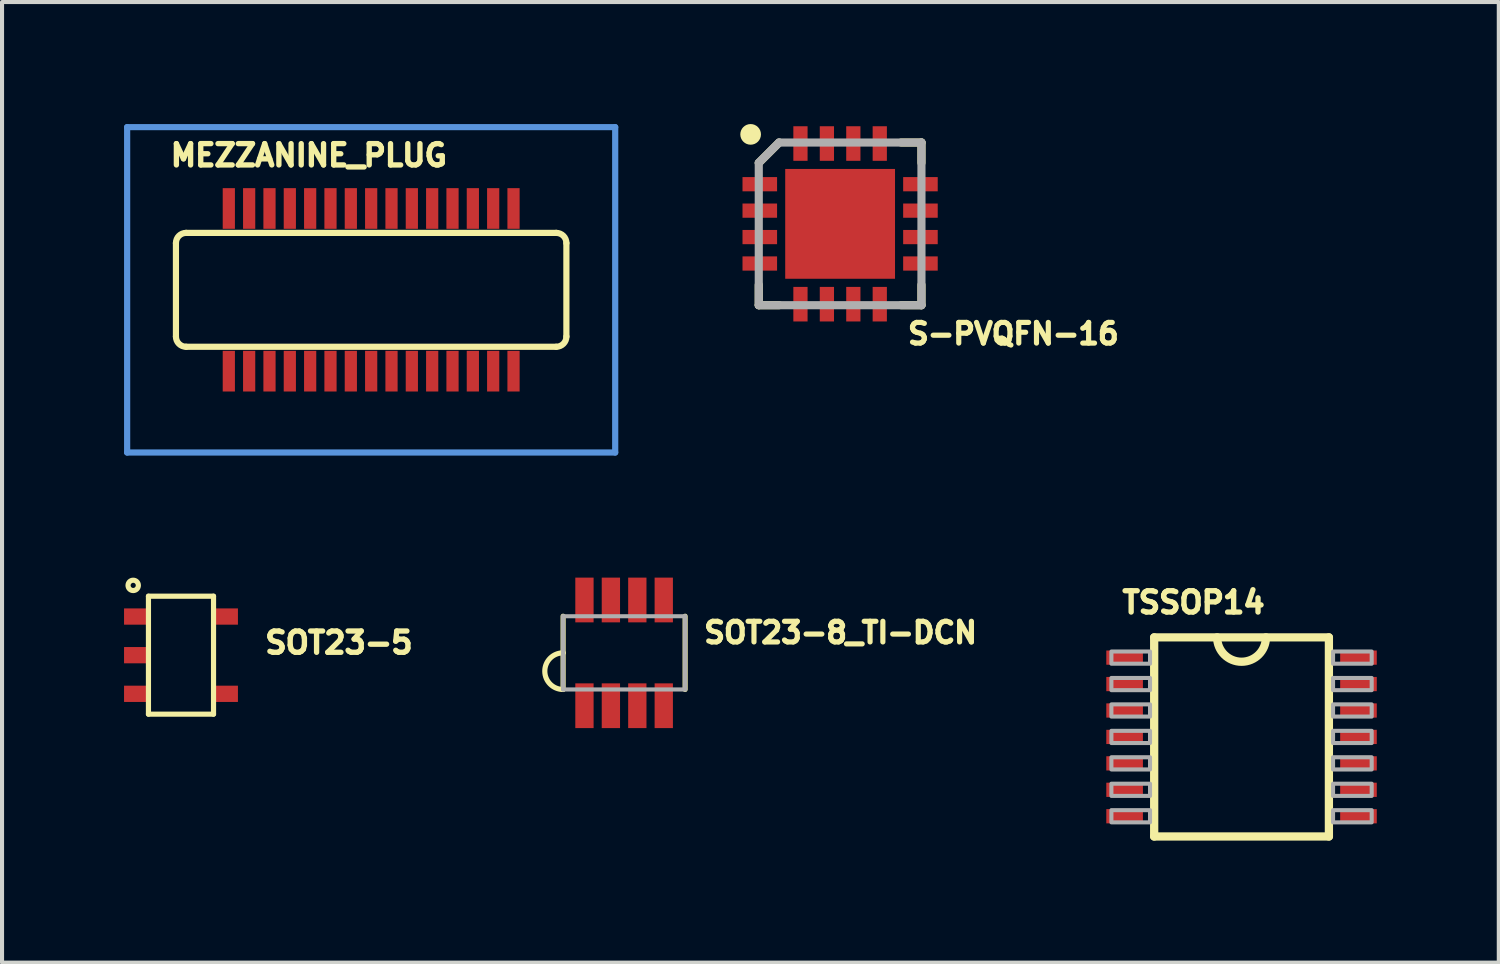
<source format=kicad_pcb>
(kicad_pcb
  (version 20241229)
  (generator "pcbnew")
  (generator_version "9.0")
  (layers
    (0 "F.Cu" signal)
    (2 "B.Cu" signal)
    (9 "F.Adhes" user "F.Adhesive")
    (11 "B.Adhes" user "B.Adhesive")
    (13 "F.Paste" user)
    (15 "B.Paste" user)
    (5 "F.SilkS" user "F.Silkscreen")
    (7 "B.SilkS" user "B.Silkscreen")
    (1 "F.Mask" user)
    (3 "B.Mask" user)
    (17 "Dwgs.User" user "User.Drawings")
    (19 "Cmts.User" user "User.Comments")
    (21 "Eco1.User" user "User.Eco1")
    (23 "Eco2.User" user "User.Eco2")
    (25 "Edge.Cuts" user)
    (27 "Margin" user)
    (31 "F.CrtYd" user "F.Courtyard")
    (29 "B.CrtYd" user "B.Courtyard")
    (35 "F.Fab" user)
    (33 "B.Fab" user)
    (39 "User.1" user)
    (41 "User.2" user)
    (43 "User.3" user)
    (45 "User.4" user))
  (footprint "SOT23-8_TI-DCN"
    (layer "F.Cu")
    (at 12.295 13.002)
    (property "Reference" "SOT23-8_TI-DCN" (at 1.9 -0.2 0) (layer "F.SilkS") (effects (font (size 0.508 0.508) (thickness 0.127)) (justify left bottom)))
    (fp_line (start -1.5 -0.9) (end -1.5 0) (stroke (width 0.127) (type solid)) (layer "F.SilkS"))
    (fp_line (start -1.5 0) (end -1.5 0.9) (stroke (width 0.127) (type solid)) (layer "F.SilkS"))
    (fp_line (start 1.5 -0.9) (end 1.5 0.9) (stroke (width 0.127) (type solid)) (layer "F.SilkS"))
    (fp_arc (start -1.5 0.9) (mid -1.95 0.45) (end -1.5 0) (stroke (width 0.127) (type solid)) (layer "F.SilkS"))
    (fp_line (start -1.5 -0.9) (end -1.5 0.9) (stroke (width 0.1) (type solid)) (layer "F.Fab"))
    (fp_line (start -1.5 0.9) (end 1.5 0.9) (stroke (width 0.1) (type solid)) (layer "F.Fab"))
    (fp_line (start 1.5 -0.9) (end -1.5 -0.9) (stroke (width 0.1) (type solid)) (layer "F.Fab"))
    (fp_line (start 1.5 0.9) (end 1.5 -0.9) (stroke (width 0.1) (type solid)) (layer "F.Fab"))
    (pad "1" smd rect (at -0.975 1.3 90) (size 1.1 0.45) (layers "F.Cu" "F.Mask" "F.Paste"))
    (pad "2" smd rect (at -0.325 1.3 90) (size 1.1 0.45) (layers "F.Cu" "F.Mask" "F.Paste"))
    (pad "3" smd rect (at 0.325 1.3 90) (size 1.1 0.45) (layers "F.Cu" "F.Mask" "F.Paste"))
    (pad "4" smd rect (at 0.975 1.3 90) (size 1.1 0.45) (layers "F.Cu" "F.Mask" "F.Paste"))
    (pad "5" smd rect (at 0.975 -1.3 90) (size 1.1 0.45) (layers "F.Cu" "F.Mask" "F.Paste"))
    (pad "6" smd rect (at 0.325 -1.3 90) (size 1.1 0.45) (layers "F.Cu" "F.Mask" "F.Paste"))
    (pad "7" smd rect (at -0.325 -1.3 90) (size 1.1 0.45) (layers "F.Cu" "F.Mask" "F.Paste"))
    (pad "8" smd rect (at -0.975 -1.3 90) (size 1.1 0.45) (layers "F.Cu" "F.Mask" "F.Paste")))
  (footprint "TSSOP14"
    (layer "F.Cu")
    (at 27.476 15.069)
    (property "Reference" "TSSOP14" (at -3 -3 0) (layer "F.SilkS") (effects (font (size 0.524 0.524) (thickness 0.131)) (justify left bottom)))
    (fp_line (start -2.148 -2.448) (end -2.148 2.448) (stroke (width 0.203) (type solid)) (layer "F.SilkS"))
    (fp_line (start -2.148 2.448) (end 2.148 2.448) (stroke (width 0.203) (type solid)) (layer "F.SilkS"))
    (fp_line (start 2.148 -2.448) (end -2.148 -2.448) (stroke (width 0.203) (type solid)) (layer "F.SilkS"))
    (fp_line (start 2.148 2.448) (end 2.148 -2.448) (stroke (width 0.203) (type solid)) (layer "F.SilkS"))
    (fp_arc (start 0.6 -2.4484) (mid 0 -1.8484) (end -0.6 -2.4484) (stroke (width 0.2032) (type solid)) (layer "F.SilkS"))
    (fp_poly (pts (xy -3.2 -1.8) (xy -2.25 -1.8) (xy -2.25 -2.1) (xy -3.2 -2.1)) (stroke (width 0.1) (type solid)) (fill no) (layer "F.Fab"))
    (fp_poly (pts (xy -3.2 -1.15) (xy -2.25 -1.15) (xy -2.25 -1.45) (xy -3.2 -1.45)) (stroke (width 0.1) (type solid)) (fill no) (layer "F.Fab"))
    (fp_poly (pts (xy -3.2 -0.5) (xy -2.25 -0.5) (xy -2.25 -0.8) (xy -3.2 -0.8)) (stroke (width 0.1) (type solid)) (fill no) (layer "F.Fab"))
    (fp_poly (pts (xy -3.2 0.15) (xy -2.25 0.15) (xy -2.25 -0.15) (xy -3.2 -0.15)) (stroke (width 0.1) (type solid)) (fill no) (layer "F.Fab"))
    (fp_poly (pts (xy -3.2 0.8) (xy -2.25 0.8) (xy -2.25 0.5) (xy -3.2 0.5)) (stroke (width 0.1) (type solid)) (fill no) (layer "F.Fab"))
    (fp_poly (pts (xy -3.2 1.45) (xy -2.25 1.45) (xy -2.25 1.15) (xy -3.2 1.15)) (stroke (width 0.1) (type solid)) (fill no) (layer "F.Fab"))
    (fp_poly (pts (xy -3.2 2.1) (xy -2.25 2.1) (xy -2.25 1.8) (xy -3.2 1.8)) (stroke (width 0.1) (type solid)) (fill no) (layer "F.Fab"))
    (fp_poly (pts (xy 2.25 -1.8) (xy 3.2 -1.8) (xy 3.2 -2.1) (xy 2.25 -2.1)) (stroke (width 0.1) (type solid)) (fill no) (layer "F.Fab"))
    (fp_poly (pts (xy 2.25 -1.15) (xy 3.2 -1.15) (xy 3.2 -1.45) (xy 2.25 -1.45)) (stroke (width 0.1) (type solid)) (fill no) (layer "F.Fab"))
    (fp_poly (pts (xy 2.25 -0.5) (xy 3.2 -0.5) (xy 3.2 -0.8) (xy 2.25 -0.8)) (stroke (width 0.1) (type solid)) (fill no) (layer "F.Fab"))
    (fp_poly (pts (xy 2.25 0.15) (xy 3.2 0.15) (xy 3.2 -0.15) (xy 2.25 -0.15)) (stroke (width 0.1) (type solid)) (fill no) (layer "F.Fab"))
    (fp_poly (pts (xy 2.25 0.8) (xy 3.2 0.8) (xy 3.2 0.5) (xy 2.25 0.5)) (stroke (width 0.1) (type solid)) (fill no) (layer "F.Fab"))
    (fp_poly (pts (xy 2.25 1.45) (xy 3.2 1.45) (xy 3.2 1.15) (xy 2.25 1.15)) (stroke (width 0.1) (type solid)) (fill no) (layer "F.Fab"))
    (fp_poly (pts (xy 2.25 2.1) (xy 3.2 2.1) (xy 3.2 1.8) (xy 2.25 1.8)) (stroke (width 0.1) (type solid)) (fill no) (layer "F.Fab"))
    (pad "1" smd rect (at -2.875 -1.95) (size 0.9 0.35) (layers "F.Cu" "F.Mask" "F.Paste"))
    (pad "2" smd rect (at -2.875 -1.3) (size 0.9 0.35) (layers "F.Cu" "F.Mask" "F.Paste"))
    (pad "3" smd rect (at -2.875 -0.65) (size 0.9 0.35) (layers "F.Cu" "F.Mask" "F.Paste"))
    (pad "4" smd rect (at -2.875 0) (size 0.9 0.35) (layers "F.Cu" "F.Mask" "F.Paste"))
    (pad "5" smd rect (at -2.875 0.65) (size 0.9 0.35) (layers "F.Cu" "F.Mask" "F.Paste"))
    (pad "6" smd rect (at -2.875 1.3) (size 0.9 0.35) (layers "F.Cu" "F.Mask" "F.Paste"))
    (pad "7" smd rect (at -2.875 1.95) (size 0.9 0.35) (layers "F.Cu" "F.Mask" "F.Paste"))
    (pad "8" smd rect (at 2.875 1.95) (size 0.9 0.35) (layers "F.Cu" "F.Mask" "F.Paste"))
    (pad "9" smd rect (at 2.875 1.3) (size 0.9 0.35) (layers "F.Cu" "F.Mask" "F.Paste"))
    (pad "10" smd rect (at 2.875 0.65) (size 0.9 0.35) (layers "F.Cu" "F.Mask" "F.Paste"))
    (pad "11" smd rect (at 2.875 0) (size 0.9 0.35) (layers "F.Cu" "F.Mask" "F.Paste"))
    (pad "12" smd rect (at 2.875 -0.65) (size 0.9 0.35) (layers "F.Cu" "F.Mask" "F.Paste"))
    (pad "13" smd rect (at 2.875 -1.3) (size 0.9 0.35) (layers "F.Cu" "F.Mask" "F.Paste"))
    (pad "14" smd rect (at 2.875 -1.95) (size 0.9 0.35) (layers "F.Cu" "F.Mask" "F.Paste")))
  (footprint "MEZZANINE_PLUG"
    (layer "F.Cu")
    (at 6.076 4.076)
    (property "Reference" "MEZZANINE_PLUG" (at -5 -3 0) (layer "F.SilkS") (effects (font (size 0.524 0.524) (thickness 0.131)) (justify left bottom)))
    (fp_line (start -4.8 1.15) (end -4.8 -1.15) (stroke (width 0.152) (type solid)) (layer "F.SilkS"))
    (fp_line (start -4.55 -1.4) (end 4.55 -1.4) (stroke (width 0.152) (type solid)) (layer "F.SilkS"))
    (fp_line (start 4.55 1.4) (end -4.55 1.4) (stroke (width 0.152) (type solid)) (layer "F.SilkS"))
    (fp_line (start 4.8 -1.15) (end 4.8 1.15) (stroke (width 0.152) (type solid)) (layer "F.SilkS"))
    (fp_arc (start -4.8 -1.15) (mid -4.726777 -1.326777) (end -4.55 -1.4) (stroke (width 0.1524) (type solid)) (layer "F.SilkS"))
    (fp_arc (start -4.55 1.4) (mid -4.726777 1.326777) (end -4.8 1.15) (stroke (width 0.1524) (type solid)) (layer "F.SilkS"))
    (fp_arc (start 4.55 -1.4) (mid 4.726777 -1.326777) (end 4.8 -1.15) (stroke (width 0.1524) (type solid)) (layer "F.SilkS"))
    (fp_arc (start 4.8 1.15) (mid 4.726777 1.326777) (end 4.55 1.4) (stroke (width 0.1524) (type solid)) (layer "F.SilkS"))
    (fp_line (start -6 -4) (end 6 -4) (stroke (width 0.152) (type solid)) (layer "Cmts.User"))
    (fp_line (start -6 4) (end -6 -4) (stroke (width 0.152) (type solid)) (layer "Cmts.User"))
    (fp_line (start 6 -4) (end 6 4) (stroke (width 0.152) (type solid)) (layer "Cmts.User"))
    (fp_line (start 6 4) (end -6 4) (stroke (width 0.152) (type solid)) (layer "Cmts.User"))
    (pad "P$1" smd rect (at -3.5 -2) (size 0.3 1) (layers "F.Cu" "F.Mask" "F.Paste"))
    (pad "P$2" smd rect (at -3 -2) (size 0.3 1) (layers "F.Cu" "F.Mask" "F.Paste"))
    (pad "P$3" smd rect (at -2.5 -2) (size 0.3 1) (layers "F.Cu" "F.Mask" "F.Paste"))
    (pad "P$4" smd rect (at -2 -2) (size 0.3 1) (layers "F.Cu" "F.Mask" "F.Paste"))
    (pad "P$5" smd rect (at -1.5 -2) (size 0.3 1) (layers "F.Cu" "F.Mask" "F.Paste"))
    (pad "P$6" smd rect (at -1 -2) (size 0.3 1) (layers "F.Cu" "F.Mask" "F.Paste"))
    (pad "P$7" smd rect (at -0.5 -2) (size 0.3 1) (layers "F.Cu" "F.Mask" "F.Paste"))
    (pad "P$8" smd rect (at 0 -2) (size 0.3 1) (layers "F.Cu" "F.Mask" "F.Paste"))
    (pad "P$9" smd rect (at 0.5 -2) (size 0.3 1) (layers "F.Cu" "F.Mask" "F.Paste"))
    (pad "P$10" smd rect (at 1 -2) (size 0.3 1) (layers "F.Cu" "F.Mask" "F.Paste"))
    (pad "P$11" smd rect (at 1.5 -2) (size 0.3 1) (layers "F.Cu" "F.Mask" "F.Paste"))
    (pad "P$12" smd rect (at 2 -2) (size 0.3 1) (layers "F.Cu" "F.Mask" "F.Paste"))
    (pad "P$13" smd rect (at 2.5 -2) (size 0.3 1) (layers "F.Cu" "F.Mask" "F.Paste"))
    (pad "P$14" smd rect (at 3 -2) (size 0.3 1) (layers "F.Cu" "F.Mask" "F.Paste"))
    (pad "P$15" smd rect (at 3.5 -2) (size 0.3 1) (layers "F.Cu" "F.Mask" "F.Paste"))
    (pad "P$16" smd rect (at 3.5 2) (size 0.3 1) (layers "F.Cu" "F.Mask" "F.Paste"))
    (pad "P$17" smd rect (at 3 2) (size 0.3 1) (layers "F.Cu" "F.Mask" "F.Paste"))
    (pad "P$18" smd rect (at 2.5 2) (size 0.3 1) (layers "F.Cu" "F.Mask" "F.Paste"))
    (pad "P$19" smd rect (at 2 2) (size 0.3 1) (layers "F.Cu" "F.Mask" "F.Paste"))
    (pad "P$20" smd rect (at 1.5 2) (size 0.3 1) (layers "F.Cu" "F.Mask" "F.Paste"))
    (pad "P$21" smd rect (at 1 2) (size 0.3 1) (layers "F.Cu" "F.Mask" "F.Paste"))
    (pad "P$22" smd rect (at 0.5 2) (size 0.3 1) (layers "F.Cu" "F.Mask" "F.Paste"))
    (pad "P$23" smd rect (at 0 2) (size 0.3 1) (layers "F.Cu" "F.Mask" "F.Paste"))
    (pad "P$24" smd rect (at -0.5 2) (size 0.3 1) (layers "F.Cu" "F.Mask" "F.Paste"))
    (pad "P$25" smd rect (at -1 2) (size 0.3 1) (layers "F.Cu" "F.Mask" "F.Paste"))
    (pad "P$26" smd rect (at -1.5 2) (size 0.3 1) (layers "F.Cu" "F.Mask" "F.Paste"))
    (pad "P$27" smd rect (at -2 2) (size 0.3 1) (layers "F.Cu" "F.Mask" "F.Paste"))
    (pad "P$28" smd rect (at -2.5 2) (size 0.3 1) (layers "F.Cu" "F.Mask" "F.Paste"))
    (pad "P$29" smd rect (at -3 2) (size 0.3 1) (layers "F.Cu" "F.Mask" "F.Paste"))
    (pad "P$30" smd rect (at -3.5 2) (size 0.3 1) (layers "F.Cu" "F.Mask" "F.Paste")))
  (footprint "S-PVQFN-16"
    (layer "F.Cu")
    (at 17.606 2.454)
    (property "Reference" "S-PVQFN-16" (at 1.6 3 0) (layer "F.SilkS") (effects (font (size 0.508 0.508) (thickness 0.127)) (justify left bottom)))
    (fp_line (start -2 1.5) (end -2 2) (stroke (width 0.2) (type solid)) (layer "F.SilkS"))
    (fp_line (start -2 2) (end -1.5 2) (stroke (width 0.2) (type solid)) (layer "F.SilkS"))
    (fp_line (start -1.5 -2) (end -2 -1.5) (stroke (width 0.2) (type solid)) (layer "F.SilkS"))
    (fp_line (start 1.5 2) (end 2 2) (stroke (width 0.2) (type solid)) (layer "F.SilkS"))
    (fp_line (start 2 -2) (end 1.5 -2) (stroke (width 0.2) (type solid)) (layer "F.SilkS"))
    (fp_line (start 2 -1.5) (end 2 -2) (stroke (width 0.2) (type solid)) (layer "F.SilkS"))
    (fp_line (start 2 2) (end 2 1.5) (stroke (width 0.2) (type solid)) (layer "F.SilkS"))
    (fp_circle (center -2.2 -2.2) (end -2.073 -2.2) (stroke (width 0.254) (type solid)) (fill no) (layer "F.SilkS"))
    (fp_poly (pts (xy -0.137 -0.137) (xy -1.264 -0.137) (xy -1.264 -0.726) (xy -0.726 -1.264) (xy -0.137 -1.264)) (stroke (width 0) (type solid)) (fill yes) (layer "F.Paste"))
    (fp_poly (pts (xy -0.137 1.264) (xy -0.726 1.264) (xy -1.264 0.726) (xy -1.264 0.137) (xy -0.137 0.137)) (stroke (width 0) (type solid)) (fill yes) (layer "F.Paste"))
    (fp_poly (pts (xy 1.264 -0.726) (xy 1.264 -0.137) (xy 0.137 -0.137) (xy 0.137 -1.264) (xy 0.726 -1.264)) (stroke (width 0) (type solid)) (fill yes) (layer "F.Paste"))
    (fp_poly (pts (xy 1.264 0.726) (xy 0.726 1.264) (xy 0.137 1.264) (xy 0.137 0.137) (xy 1.264 0.137)) (stroke (width 0) (type solid)) (fill yes) (layer "F.Paste"))
    (fp_line (start -2 2) (end -2 -1.5) (stroke (width 0.2) (type solid)) (layer "F.Fab"))
    (fp_line (start -1.5 -2) (end -2 -1.5) (stroke (width 0.2) (type solid)) (layer "F.Fab"))
    (fp_line (start -1.5 -2) (end 2 -2) (stroke (width 0.2) (type solid)) (layer "F.Fab"))
    (fp_line (start 2 -2) (end 2 2) (stroke (width 0.2) (type solid)) (layer "F.Fab"))
    (fp_line (start 2 2) (end -2 2) (stroke (width 0.2) (type solid)) (layer "F.Fab"))
    (pad "1" smd rect (at -1.975 -0.975 270) (size 0.35 0.85) (layers "F.Cu" "F.Mask" "F.Paste"))
    (pad "2" smd rect (at -1.975 -0.325 270) (size 0.35 0.85) (layers "F.Cu" "F.Mask" "F.Paste"))
    (pad "3" smd rect (at -1.975 0.325 270) (size 0.35 0.85) (layers "F.Cu" "F.Mask" "F.Paste"))
    (pad "4" smd rect (at -1.975 0.975 270) (size 0.35 0.85) (layers "F.Cu" "F.Mask" "F.Paste"))
    (pad "5" smd rect (at -0.975 1.975) (size 0.35 0.85) (layers "F.Cu" "F.Mask" "F.Paste"))
    (pad "6" smd rect (at -0.325 1.975) (size 0.35 0.85) (layers "F.Cu" "F.Mask" "F.Paste"))
    (pad "7" smd rect (at 0.325 1.975) (size 0.35 0.85) (layers "F.Cu" "F.Mask" "F.Paste"))
    (pad "8" smd rect (at 0.975 1.975) (size 0.35 0.85) (layers "F.Cu" "F.Mask" "F.Paste"))
    (pad "9" smd rect (at 1.975 0.975 90) (size 0.35 0.85) (layers "F.Cu" "F.Mask" "F.Paste"))
    (pad "10" smd rect (at 1.975 0.325 90) (size 0.35 0.85) (layers "F.Cu" "F.Mask" "F.Paste"))
    (pad "11" smd rect (at 1.975 -0.325 90) (size 0.35 0.85) (layers "F.Cu" "F.Mask" "F.Paste"))
    (pad "12" smd rect (at 1.975 -0.975 90) (size 0.35 0.85) (layers "F.Cu" "F.Mask" "F.Paste"))
    (pad "13" smd rect (at 0.975 -1.975 180) (size 0.35 0.85) (layers "F.Cu" "F.Mask" "F.Paste"))
    (pad "14" smd rect (at 0.325 -1.975 180) (size 0.35 0.85) (layers "F.Cu" "F.Mask" "F.Paste"))
    (pad "15" smd rect (at -0.325 -1.975 180) (size 0.35 0.85) (layers "F.Cu" "F.Mask" "F.Paste"))
    (pad "16" smd rect (at -0.975 -1.975 180) (size 0.35 0.85) (layers "F.Cu" "F.Mask" "F.Paste"))
    (pad "PAD" smd rect (at 0 0) (size 2.7 2.7) (layers "F.Cu" "F.Mask"))
    (zone (net_name "") (layer "F.Cu") (hatch edge 0.508) (connect_pads) (min_thickness 0.254) (filled_areas_thickness no) (keepout (tracks not_allowed) (vias not_allowed) (pads not_allowed) (copperpour not_allowed) (footprints allowed)) (placement (enabled no)) (fill) (polygon (pts (xy 15.606 0.954) (xy 16.106 0.954) (xy 16.106 0.454) (xy 15.606 0.454)))))
  (footprint "SOT23-5"
    (layer "F.Cu")
    (at 1.4 13.059)
    (property "Reference" "SOT23-5" (at 2 0 0) (layer "F.SilkS") (effects (font (size 0.524 0.524) (thickness 0.131)) (justify left bottom)))
    (fp_line (start -0.8 -1.45) (end -0.8 1.45) (stroke (width 0.127) (type solid)) (layer "F.SilkS"))
    (fp_line (start -0.8 1.45) (end 0.8 1.45) (stroke (width 0.127) (type solid)) (layer "F.SilkS"))
    (fp_line (start 0.8 -1.45) (end -0.8 -1.45) (stroke (width 0.127) (type solid)) (layer "F.SilkS"))
    (fp_line (start 0.8 1.45) (end 0.8 -1.45) (stroke (width 0.127) (type solid)) (layer "F.SilkS"))
    (fp_circle (center -1.175 -1.716) (end -1.048 -1.716) (stroke (width 0.127) (type solid)) (fill no) (layer "F.SilkS"))
    (pad "1" smd rect (at -1.1 -0.95 180) (size 0.6 0.4) (layers "F.Cu" "F.Mask" "F.Paste"))
    (pad "2" smd rect (at -1.1 0 180) (size 0.6 0.4) (layers "F.Cu" "F.Mask" "F.Paste"))
    (pad "3" smd rect (at -1.1 0.95 180) (size 0.6 0.4) (layers "F.Cu" "F.Mask" "F.Paste"))
    (pad "4" smd rect (at 1.1 0.95 180) (size 0.6 0.4) (layers "F.Cu" "F.Mask" "F.Paste"))
    (pad "5" smd rect (at 1.1 -0.95 180) (size 0.6 0.4) (layers "F.Cu" "F.Mask" "F.Paste")))
  (gr_rect
    (start -3 -3)
    (end 33.801 20.619)
    (stroke (width 0.1) (type default))
    (fill no)
    (layer "Edge.Cuts")))
</source>
